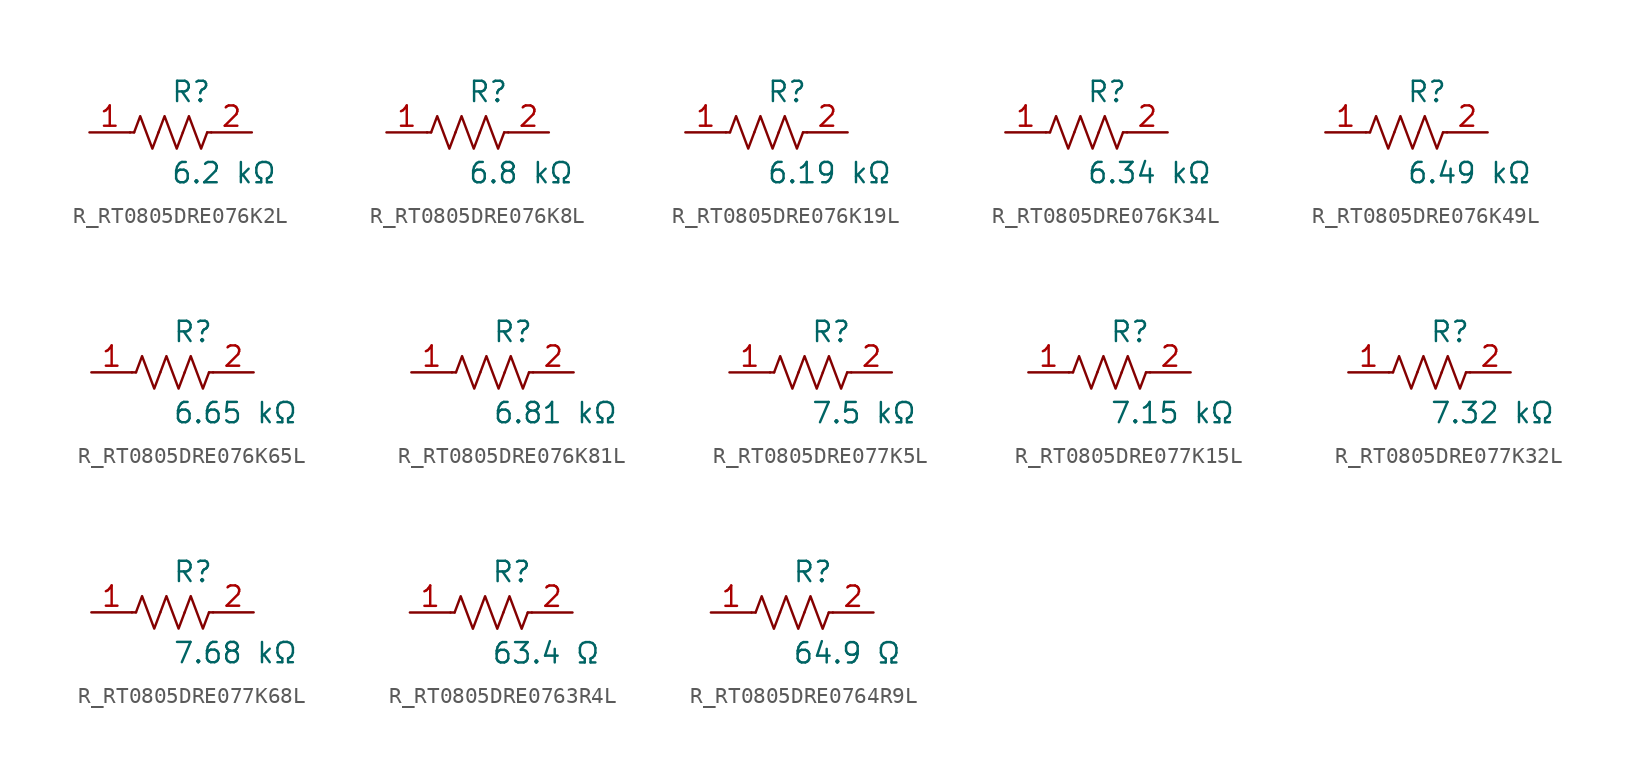
<source format=kicad_sym>
(kicad_symbol_lib
  (version 20231120)
  (generator kicad_symbol_editor)
  (generator_version 8.0)
  (symbol "R_RT0805DRE076K2L"
    (pin_names
      (offset 0.254))
    (property "Reference" "R"
      (at 0.0 2.54 0)
      (effects (font (size 1.27 1.27)) (justify left)))
    (property "Value" "6.2 kΩ"
      (at 0.0 -2.54 0)
      (effects (font (size 1.27 1.27)) (justify left)))
    (symbol "R_RT0805DRE076K2L_0_1"
      (polyline (pts (xy 2.286 0) (xy 2.54 0)) (stroke (width 0) (type default)) (fill (type none)))
      (polyline (pts (xy -2.286 0) (xy -2.54 0)) (stroke (width 0) (type default)) (fill (type none)))
      (polyline (pts (xy 0.762 0) (xy 1.143 1.016) (xy 1.524 0) (xy 1.905 -1.016) (xy 2.286 0)) (stroke (width 0) (type default)) (fill (type none)))
      (polyline (pts (xy -0.762 0) (xy -0.381 1.016) (xy 0 0) (xy 0.381 -1.016) (xy 0.762 0)) (stroke (width 0) (type default)) (fill (type none)))
      (polyline (pts (xy -2.286 0) (xy -1.905 1.016) (xy -1.524 0) (xy -1.143 -1.016) (xy -0.762 0)) (stroke (width 0) (type default)) (fill (type none))))
    (pin unspecified line
      (at -5.08 0 0)
      (length 2.54)
      (name "" (effects (font (size 1.27 1.27))))
      (number "1" (effects (font (size 1.27 1.27)))))
    (pin unspecified line
      (at 5.08 0 180)
      (length 2.54)
      (name "" (effects (font (size 1.27 1.27))))
      (number "2" (effects (font (size 1.27 1.27))))))
  (symbol "R_RT0805DRE076K8L"
    (pin_names
      (offset 0.254))
    (property "Reference" "R"
      (at 0.0 2.54 0)
      (effects (font (size 1.27 1.27)) (justify left)))
    (property "Value" "6.8 kΩ"
      (at 0.0 -2.54 0)
      (effects (font (size 1.27 1.27)) (justify left)))
    (symbol "R_RT0805DRE076K8L_0_1"
      (polyline (pts (xy 2.286 0) (xy 2.54 0)) (stroke (width 0) (type default)) (fill (type none)))
      (polyline (pts (xy -2.286 0) (xy -2.54 0)) (stroke (width 0) (type default)) (fill (type none)))
      (polyline (pts (xy 0.762 0) (xy 1.143 1.016) (xy 1.524 0) (xy 1.905 -1.016) (xy 2.286 0)) (stroke (width 0) (type default)) (fill (type none)))
      (polyline (pts (xy -0.762 0) (xy -0.381 1.016) (xy 0 0) (xy 0.381 -1.016) (xy 0.762 0)) (stroke (width 0) (type default)) (fill (type none)))
      (polyline (pts (xy -2.286 0) (xy -1.905 1.016) (xy -1.524 0) (xy -1.143 -1.016) (xy -0.762 0)) (stroke (width 0) (type default)) (fill (type none))))
    (pin unspecified line
      (at -5.08 0 0)
      (length 2.54)
      (name "" (effects (font (size 1.27 1.27))))
      (number "1" (effects (font (size 1.27 1.27)))))
    (pin unspecified line
      (at 5.08 0 180)
      (length 2.54)
      (name "" (effects (font (size 1.27 1.27))))
      (number "2" (effects (font (size 1.27 1.27))))))
  (symbol "R_RT0805DRE076K19L"
    (pin_names
      (offset 0.254))
    (property "Reference" "R"
      (at 0.0 2.54 0)
      (effects (font (size 1.27 1.27)) (justify left)))
    (property "Value" "6.19 kΩ"
      (at 0.0 -2.54 0)
      (effects (font (size 1.27 1.27)) (justify left)))
    (symbol "R_RT0805DRE076K19L_0_1"
      (polyline (pts (xy 2.286 0) (xy 2.54 0)) (stroke (width 0) (type default)) (fill (type none)))
      (polyline (pts (xy -2.286 0) (xy -2.54 0)) (stroke (width 0) (type default)) (fill (type none)))
      (polyline (pts (xy 0.762 0) (xy 1.143 1.016) (xy 1.524 0) (xy 1.905 -1.016) (xy 2.286 0)) (stroke (width 0) (type default)) (fill (type none)))
      (polyline (pts (xy -0.762 0) (xy -0.381 1.016) (xy 0 0) (xy 0.381 -1.016) (xy 0.762 0)) (stroke (width 0) (type default)) (fill (type none)))
      (polyline (pts (xy -2.286 0) (xy -1.905 1.016) (xy -1.524 0) (xy -1.143 -1.016) (xy -0.762 0)) (stroke (width 0) (type default)) (fill (type none))))
    (pin unspecified line
      (at -5.08 0 0)
      (length 2.54)
      (name "" (effects (font (size 1.27 1.27))))
      (number "1" (effects (font (size 1.27 1.27)))))
    (pin unspecified line
      (at 5.08 0 180)
      (length 2.54)
      (name "" (effects (font (size 1.27 1.27))))
      (number "2" (effects (font (size 1.27 1.27))))))
  (symbol "R_RT0805DRE076K34L"
    (pin_names
      (offset 0.254))
    (property "Reference" "R"
      (at 0.0 2.54 0)
      (effects (font (size 1.27 1.27)) (justify left)))
    (property "Value" "6.34 kΩ"
      (at 0.0 -2.54 0)
      (effects (font (size 1.27 1.27)) (justify left)))
    (symbol "R_RT0805DRE076K34L_0_1"
      (polyline (pts (xy 2.286 0) (xy 2.54 0)) (stroke (width 0) (type default)) (fill (type none)))
      (polyline (pts (xy -2.286 0) (xy -2.54 0)) (stroke (width 0) (type default)) (fill (type none)))
      (polyline (pts (xy 0.762 0) (xy 1.143 1.016) (xy 1.524 0) (xy 1.905 -1.016) (xy 2.286 0)) (stroke (width 0) (type default)) (fill (type none)))
      (polyline (pts (xy -0.762 0) (xy -0.381 1.016) (xy 0 0) (xy 0.381 -1.016) (xy 0.762 0)) (stroke (width 0) (type default)) (fill (type none)))
      (polyline (pts (xy -2.286 0) (xy -1.905 1.016) (xy -1.524 0) (xy -1.143 -1.016) (xy -0.762 0)) (stroke (width 0) (type default)) (fill (type none))))
    (pin unspecified line
      (at -5.08 0 0)
      (length 2.54)
      (name "" (effects (font (size 1.27 1.27))))
      (number "1" (effects (font (size 1.27 1.27)))))
    (pin unspecified line
      (at 5.08 0 180)
      (length 2.54)
      (name "" (effects (font (size 1.27 1.27))))
      (number "2" (effects (font (size 1.27 1.27))))))
  (symbol "R_RT0805DRE076K49L"
    (pin_names
      (offset 0.254))
    (property "Reference" "R"
      (at 0.0 2.54 0)
      (effects (font (size 1.27 1.27)) (justify left)))
    (property "Value" "6.49 kΩ"
      (at 0.0 -2.54 0)
      (effects (font (size 1.27 1.27)) (justify left)))
    (symbol "R_RT0805DRE076K49L_0_1"
      (polyline (pts (xy 2.286 0) (xy 2.54 0)) (stroke (width 0) (type default)) (fill (type none)))
      (polyline (pts (xy -2.286 0) (xy -2.54 0)) (stroke (width 0) (type default)) (fill (type none)))
      (polyline (pts (xy 0.762 0) (xy 1.143 1.016) (xy 1.524 0) (xy 1.905 -1.016) (xy 2.286 0)) (stroke (width 0) (type default)) (fill (type none)))
      (polyline (pts (xy -0.762 0) (xy -0.381 1.016) (xy 0 0) (xy 0.381 -1.016) (xy 0.762 0)) (stroke (width 0) (type default)) (fill (type none)))
      (polyline (pts (xy -2.286 0) (xy -1.905 1.016) (xy -1.524 0) (xy -1.143 -1.016) (xy -0.762 0)) (stroke (width 0) (type default)) (fill (type none))))
    (pin unspecified line
      (at -5.08 0 0)
      (length 2.54)
      (name "" (effects (font (size 1.27 1.27))))
      (number "1" (effects (font (size 1.27 1.27)))))
    (pin unspecified line
      (at 5.08 0 180)
      (length 2.54)
      (name "" (effects (font (size 1.27 1.27))))
      (number "2" (effects (font (size 1.27 1.27))))))
  (symbol "R_RT0805DRE076K65L"
    (pin_names
      (offset 0.254))
    (property "Reference" "R"
      (at 0.0 2.54 0)
      (effects (font (size 1.27 1.27)) (justify left)))
    (property "Value" "6.65 kΩ"
      (at 0.0 -2.54 0)
      (effects (font (size 1.27 1.27)) (justify left)))
    (symbol "R_RT0805DRE076K65L_0_1"
      (polyline (pts (xy 2.286 0) (xy 2.54 0)) (stroke (width 0) (type default)) (fill (type none)))
      (polyline (pts (xy -2.286 0) (xy -2.54 0)) (stroke (width 0) (type default)) (fill (type none)))
      (polyline (pts (xy 0.762 0) (xy 1.143 1.016) (xy 1.524 0) (xy 1.905 -1.016) (xy 2.286 0)) (stroke (width 0) (type default)) (fill (type none)))
      (polyline (pts (xy -0.762 0) (xy -0.381 1.016) (xy 0 0) (xy 0.381 -1.016) (xy 0.762 0)) (stroke (width 0) (type default)) (fill (type none)))
      (polyline (pts (xy -2.286 0) (xy -1.905 1.016) (xy -1.524 0) (xy -1.143 -1.016) (xy -0.762 0)) (stroke (width 0) (type default)) (fill (type none))))
    (pin unspecified line
      (at -5.08 0 0)
      (length 2.54)
      (name "" (effects (font (size 1.27 1.27))))
      (number "1" (effects (font (size 1.27 1.27)))))
    (pin unspecified line
      (at 5.08 0 180)
      (length 2.54)
      (name "" (effects (font (size 1.27 1.27))))
      (number "2" (effects (font (size 1.27 1.27))))))
  (symbol "R_RT0805DRE076K81L"
    (pin_names
      (offset 0.254))
    (property "Reference" "R"
      (at 0.0 2.54 0)
      (effects (font (size 1.27 1.27)) (justify left)))
    (property "Value" "6.81 kΩ"
      (at 0.0 -2.54 0)
      (effects (font (size 1.27 1.27)) (justify left)))
    (symbol "R_RT0805DRE076K81L_0_1"
      (polyline (pts (xy 2.286 0) (xy 2.54 0)) (stroke (width 0) (type default)) (fill (type none)))
      (polyline (pts (xy -2.286 0) (xy -2.54 0)) (stroke (width 0) (type default)) (fill (type none)))
      (polyline (pts (xy 0.762 0) (xy 1.143 1.016) (xy 1.524 0) (xy 1.905 -1.016) (xy 2.286 0)) (stroke (width 0) (type default)) (fill (type none)))
      (polyline (pts (xy -0.762 0) (xy -0.381 1.016) (xy 0 0) (xy 0.381 -1.016) (xy 0.762 0)) (stroke (width 0) (type default)) (fill (type none)))
      (polyline (pts (xy -2.286 0) (xy -1.905 1.016) (xy -1.524 0) (xy -1.143 -1.016) (xy -0.762 0)) (stroke (width 0) (type default)) (fill (type none))))
    (pin unspecified line
      (at -5.08 0 0)
      (length 2.54)
      (name "" (effects (font (size 1.27 1.27))))
      (number "1" (effects (font (size 1.27 1.27)))))
    (pin unspecified line
      (at 5.08 0 180)
      (length 2.54)
      (name "" (effects (font (size 1.27 1.27))))
      (number "2" (effects (font (size 1.27 1.27))))))
  (symbol "R_RT0805DRE077K5L"
    (pin_names
      (offset 0.254))
    (property "Reference" "R"
      (at 0.0 2.54 0)
      (effects (font (size 1.27 1.27)) (justify left)))
    (property "Value" "7.5 kΩ"
      (at 0.0 -2.54 0)
      (effects (font (size 1.27 1.27)) (justify left)))
    (symbol "R_RT0805DRE077K5L_0_1"
      (polyline (pts (xy 2.286 0) (xy 2.54 0)) (stroke (width 0) (type default)) (fill (type none)))
      (polyline (pts (xy -2.286 0) (xy -2.54 0)) (stroke (width 0) (type default)) (fill (type none)))
      (polyline (pts (xy 0.762 0) (xy 1.143 1.016) (xy 1.524 0) (xy 1.905 -1.016) (xy 2.286 0)) (stroke (width 0) (type default)) (fill (type none)))
      (polyline (pts (xy -0.762 0) (xy -0.381 1.016) (xy 0 0) (xy 0.381 -1.016) (xy 0.762 0)) (stroke (width 0) (type default)) (fill (type none)))
      (polyline (pts (xy -2.286 0) (xy -1.905 1.016) (xy -1.524 0) (xy -1.143 -1.016) (xy -0.762 0)) (stroke (width 0) (type default)) (fill (type none))))
    (pin unspecified line
      (at -5.08 0 0)
      (length 2.54)
      (name "" (effects (font (size 1.27 1.27))))
      (number "1" (effects (font (size 1.27 1.27)))))
    (pin unspecified line
      (at 5.08 0 180)
      (length 2.54)
      (name "" (effects (font (size 1.27 1.27))))
      (number "2" (effects (font (size 1.27 1.27))))))
  (symbol "R_RT0805DRE077K15L"
    (pin_names
      (offset 0.254))
    (property "Reference" "R"
      (at 0.0 2.54 0)
      (effects (font (size 1.27 1.27)) (justify left)))
    (property "Value" "7.15 kΩ"
      (at 0.0 -2.54 0)
      (effects (font (size 1.27 1.27)) (justify left)))
    (symbol "R_RT0805DRE077K15L_0_1"
      (polyline (pts (xy 2.286 0) (xy 2.54 0)) (stroke (width 0) (type default)) (fill (type none)))
      (polyline (pts (xy -2.286 0) (xy -2.54 0)) (stroke (width 0) (type default)) (fill (type none)))
      (polyline (pts (xy 0.762 0) (xy 1.143 1.016) (xy 1.524 0) (xy 1.905 -1.016) (xy 2.286 0)) (stroke (width 0) (type default)) (fill (type none)))
      (polyline (pts (xy -0.762 0) (xy -0.381 1.016) (xy 0 0) (xy 0.381 -1.016) (xy 0.762 0)) (stroke (width 0) (type default)) (fill (type none)))
      (polyline (pts (xy -2.286 0) (xy -1.905 1.016) (xy -1.524 0) (xy -1.143 -1.016) (xy -0.762 0)) (stroke (width 0) (type default)) (fill (type none))))
    (pin unspecified line
      (at -5.08 0 0)
      (length 2.54)
      (name "" (effects (font (size 1.27 1.27))))
      (number "1" (effects (font (size 1.27 1.27)))))
    (pin unspecified line
      (at 5.08 0 180)
      (length 2.54)
      (name "" (effects (font (size 1.27 1.27))))
      (number "2" (effects (font (size 1.27 1.27))))))
  (symbol "R_RT0805DRE077K32L"
    (pin_names
      (offset 0.254))
    (property "Reference" "R"
      (at 0.0 2.54 0)
      (effects (font (size 1.27 1.27)) (justify left)))
    (property "Value" "7.32 kΩ"
      (at 0.0 -2.54 0)
      (effects (font (size 1.27 1.27)) (justify left)))
    (symbol "R_RT0805DRE077K32L_0_1"
      (polyline (pts (xy 2.286 0) (xy 2.54 0)) (stroke (width 0) (type default)) (fill (type none)))
      (polyline (pts (xy -2.286 0) (xy -2.54 0)) (stroke (width 0) (type default)) (fill (type none)))
      (polyline (pts (xy 0.762 0) (xy 1.143 1.016) (xy 1.524 0) (xy 1.905 -1.016) (xy 2.286 0)) (stroke (width 0) (type default)) (fill (type none)))
      (polyline (pts (xy -0.762 0) (xy -0.381 1.016) (xy 0 0) (xy 0.381 -1.016) (xy 0.762 0)) (stroke (width 0) (type default)) (fill (type none)))
      (polyline (pts (xy -2.286 0) (xy -1.905 1.016) (xy -1.524 0) (xy -1.143 -1.016) (xy -0.762 0)) (stroke (width 0) (type default)) (fill (type none))))
    (pin unspecified line
      (at -5.08 0 0)
      (length 2.54)
      (name "" (effects (font (size 1.27 1.27))))
      (number "1" (effects (font (size 1.27 1.27)))))
    (pin unspecified line
      (at 5.08 0 180)
      (length 2.54)
      (name "" (effects (font (size 1.27 1.27))))
      (number "2" (effects (font (size 1.27 1.27))))))
  (symbol "R_RT0805DRE077K68L"
    (pin_names
      (offset 0.254))
    (property "Reference" "R"
      (at 0.0 2.54 0)
      (effects (font (size 1.27 1.27)) (justify left)))
    (property "Value" "7.68 kΩ"
      (at 0.0 -2.54 0)
      (effects (font (size 1.27 1.27)) (justify left)))
    (symbol "R_RT0805DRE077K68L_0_1"
      (polyline (pts (xy 2.286 0) (xy 2.54 0)) (stroke (width 0) (type default)) (fill (type none)))
      (polyline (pts (xy -2.286 0) (xy -2.54 0)) (stroke (width 0) (type default)) (fill (type none)))
      (polyline (pts (xy 0.762 0) (xy 1.143 1.016) (xy 1.524 0) (xy 1.905 -1.016) (xy 2.286 0)) (stroke (width 0) (type default)) (fill (type none)))
      (polyline (pts (xy -0.762 0) (xy -0.381 1.016) (xy 0 0) (xy 0.381 -1.016) (xy 0.762 0)) (stroke (width 0) (type default)) (fill (type none)))
      (polyline (pts (xy -2.286 0) (xy -1.905 1.016) (xy -1.524 0) (xy -1.143 -1.016) (xy -0.762 0)) (stroke (width 0) (type default)) (fill (type none))))
    (pin unspecified line
      (at -5.08 0 0)
      (length 2.54)
      (name "" (effects (font (size 1.27 1.27))))
      (number "1" (effects (font (size 1.27 1.27)))))
    (pin unspecified line
      (at 5.08 0 180)
      (length 2.54)
      (name "" (effects (font (size 1.27 1.27))))
      (number "2" (effects (font (size 1.27 1.27))))))
  (symbol "R_RT0805DRE0763R4L"
    (pin_names
      (offset 0.254))
    (property "Reference" "R"
      (at 0.0 2.54 0)
      (effects (font (size 1.27 1.27)) (justify left)))
    (property "Value" "63.4 Ω"
      (at 0.0 -2.54 0)
      (effects (font (size 1.27 1.27)) (justify left)))
    (symbol "R_RT0805DRE0763R4L_0_1"
      (polyline (pts (xy 2.286 0) (xy 2.54 0)) (stroke (width 0) (type default)) (fill (type none)))
      (polyline (pts (xy -2.286 0) (xy -2.54 0)) (stroke (width 0) (type default)) (fill (type none)))
      (polyline (pts (xy 0.762 0) (xy 1.143 1.016) (xy 1.524 0) (xy 1.905 -1.016) (xy 2.286 0)) (stroke (width 0) (type default)) (fill (type none)))
      (polyline (pts (xy -0.762 0) (xy -0.381 1.016) (xy 0 0) (xy 0.381 -1.016) (xy 0.762 0)) (stroke (width 0) (type default)) (fill (type none)))
      (polyline (pts (xy -2.286 0) (xy -1.905 1.016) (xy -1.524 0) (xy -1.143 -1.016) (xy -0.762 0)) (stroke (width 0) (type default)) (fill (type none))))
    (pin unspecified line
      (at -5.08 0 0)
      (length 2.54)
      (name "" (effects (font (size 1.27 1.27))))
      (number "1" (effects (font (size 1.27 1.27)))))
    (pin unspecified line
      (at 5.08 0 180)
      (length 2.54)
      (name "" (effects (font (size 1.27 1.27))))
      (number "2" (effects (font (size 1.27 1.27))))))
  (symbol "R_RT0805DRE0764R9L"
    (pin_names
      (offset 0.254))
    (property "Reference" "R"
      (at 0.0 2.54 0)
      (effects (font (size 1.27 1.27)) (justify left)))
    (property "Value" "64.9 Ω"
      (at 0.0 -2.54 0)
      (effects (font (size 1.27 1.27)) (justify left)))
    (symbol "R_RT0805DRE0764R9L_0_1"
      (polyline (pts (xy 2.286 0) (xy 2.54 0)) (stroke (width 0) (type default)) (fill (type none)))
      (polyline (pts (xy -2.286 0) (xy -2.54 0)) (stroke (width 0) (type default)) (fill (type none)))
      (polyline (pts (xy 0.762 0) (xy 1.143 1.016) (xy 1.524 0) (xy 1.905 -1.016) (xy 2.286 0)) (stroke (width 0) (type default)) (fill (type none)))
      (polyline (pts (xy -0.762 0) (xy -0.381 1.016) (xy 0 0) (xy 0.381 -1.016) (xy 0.762 0)) (stroke (width 0) (type default)) (fill (type none)))
      (polyline (pts (xy -2.286 0) (xy -1.905 1.016) (xy -1.524 0) (xy -1.143 -1.016) (xy -0.762 0)) (stroke (width 0) (type default)) (fill (type none))))
    (pin unspecified line
      (at -5.08 0 0)
      (length 2.54)
      (name "" (effects (font (size 1.27 1.27))))
      (number "1" (effects (font (size 1.27 1.27)))))
    (pin unspecified line
      (at 5.08 0 180)
      (length 2.54)
      (name "" (effects (font (size 1.27 1.27))))
      (number "2" (effects (font (size 1.27 1.27)))))))
</source>
